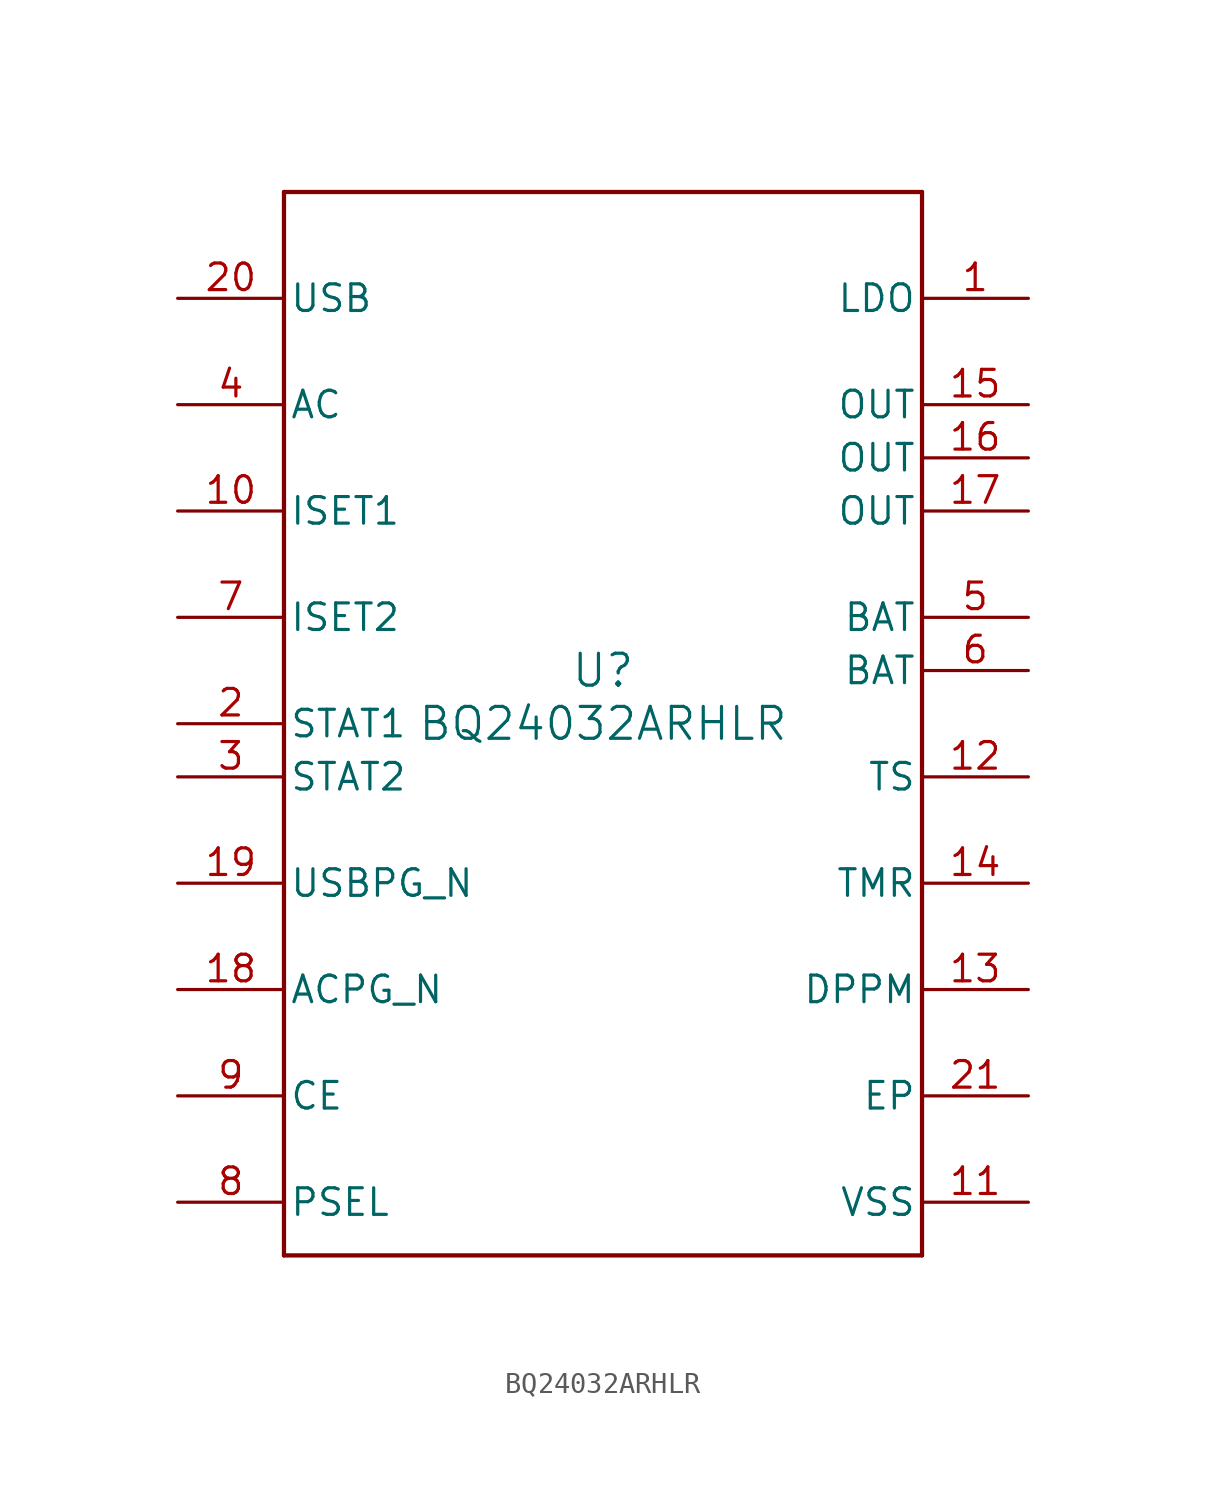
<source format=kicad_sym>
(kicad_symbol_lib
  (version 20211014)
  (generator kicad_symbol_editor)
  (symbol "BQ24032ARHLR"
    (pin_names
      (offset 0.254))
    (property "Reference" "U"
      (at 0 2.54 0)
      (effects (font (size 1.524 1.524))))
    (property "Value" "BQ24032ARHLR"
      (at 0 0 0)
      (effects (font (size 1.524 1.524))))
    (symbol "BQ24032ARHLR_0_1"
      (polyline (pts (xy -15.24 -25.4) (xy 15.24 -25.4)) (stroke (width 0.203) (type default) (color 0 0 0 0)) (fill (type none)))
      (polyline (pts (xy 15.24 -25.4) (xy 15.24 25.4)) (stroke (width 0.203) (type default) (color 0 0 0 0)) (fill (type none)))
      (polyline (pts (xy 15.24 25.4) (xy -15.24 25.4)) (stroke (width 0.203) (type default) (color 0 0 0 0)) (fill (type none)))
      (polyline (pts (xy -15.24 25.4) (xy -15.24 -25.4)) (stroke (width 0.203) (type default) (color 0 0 0 0)) (fill (type none)))
      (pin power_in line (at 20.32 20.32 180) (length 5.08) (name "LDO" (effects (font (size 1.27 1.27)))) (number "1" (effects (font (size 1.27 1.27)))))
      (pin open_collector line (at -20.32 0 0) (length 5.08) (name "STAT1" (effects (font (size 1.27 1.27)))) (number "2" (effects (font (size 1.27 1.27)))))
      (pin open_collector line (at -20.32 -2.54 0) (length 5.08) (name "STAT2" (effects (font (size 1.27 1.27)))) (number "3" (effects (font (size 1.27 1.27)))))
      (pin input line (at -20.32 15.24 0) (length 5.08) (name "AC" (effects (font (size 1.27 1.27)))) (number "4" (effects (font (size 1.27 1.27)))))
      (pin power_in line (at 20.32 5.08 180) (length 5.08) (name "BAT" (effects (font (size 1.27 1.27)))) (number "5" (effects (font (size 1.27 1.27)))))
      (pin power_in line (at 20.32 2.54 180) (length 5.08) (name "BAT" (effects (font (size 1.27 1.27)))) (number "6" (effects (font (size 1.27 1.27)))))
      (pin input line (at -20.32 5.08 0) (length 5.08) (name "ISET2" (effects (font (size 1.27 1.27)))) (number "7" (effects (font (size 1.27 1.27)))))
      (pin input line (at -20.32 -22.86 0) (length 5.08) (name "PSEL" (effects (font (size 1.27 1.27)))) (number "8" (effects (font (size 1.27 1.27)))))
      (pin input line (at -20.32 -17.78 0) (length 5.08) (name "CE" (effects (font (size 1.27 1.27)))) (number "9" (effects (font (size 1.27 1.27)))))
      (pin bidirectional line (at -20.32 10.16 0) (length 5.08) (name "ISET1" (effects (font (size 1.27 1.27)))) (number "10" (effects (font (size 1.27 1.27)))))
      (pin power_in line (at 20.32 -22.86 180) (length 5.08) (name "VSS" (effects (font (size 1.27 1.27)))) (number "11" (effects (font (size 1.27 1.27)))))
      (pin bidirectional line (at 20.32 -2.54 180) (length 5.08) (name "TS" (effects (font (size 1.27 1.27)))) (number "12" (effects (font (size 1.27 1.27)))))
      (pin input line (at 20.32 -12.7 180) (length 5.08) (name "DPPM" (effects (font (size 1.27 1.27)))) (number "13" (effects (font (size 1.27 1.27)))))
      (pin bidirectional line (at 20.32 -7.62 180) (length 5.08) (name "TMR" (effects (font (size 1.27 1.27)))) (number "14" (effects (font (size 1.27 1.27)))))
      (pin output line (at 20.32 15.24 180) (length 5.08) (name "OUT" (effects (font (size 1.27 1.27)))) (number "15" (effects (font (size 1.27 1.27)))))
      (pin output line (at 20.32 12.7 180) (length 5.08) (name "OUT" (effects (font (size 1.27 1.27)))) (number "16" (effects (font (size 1.27 1.27)))))
      (pin output line (at 20.32 10.16 180) (length 5.08) (name "OUT" (effects (font (size 1.27 1.27)))) (number "17" (effects (font (size 1.27 1.27)))))
      (pin open_collector line (at -20.32 -12.7 0) (length 5.08) (name "ACPG_N" (effects (font (size 1.27 1.27)))) (number "18" (effects (font (size 1.27 1.27)))))
      (pin open_collector line (at -20.32 -7.62 0) (length 5.08) (name "USBPG_N" (effects (font (size 1.27 1.27)))) (number "19" (effects (font (size 1.27 1.27)))))
      (pin power_in line (at -20.32 20.32 0) (length 5.08) (name "USB" (effects (font (size 1.27 1.27)))) (number "20" (effects (font (size 1.27 1.27)))))
      (pin unspecified line (at 20.32 -17.78 180) (length 5.08) (name "EP" (effects (font (size 1.27 1.27)))) (number "21" (effects (font (size 1.27 1.27))))))))
</source>
